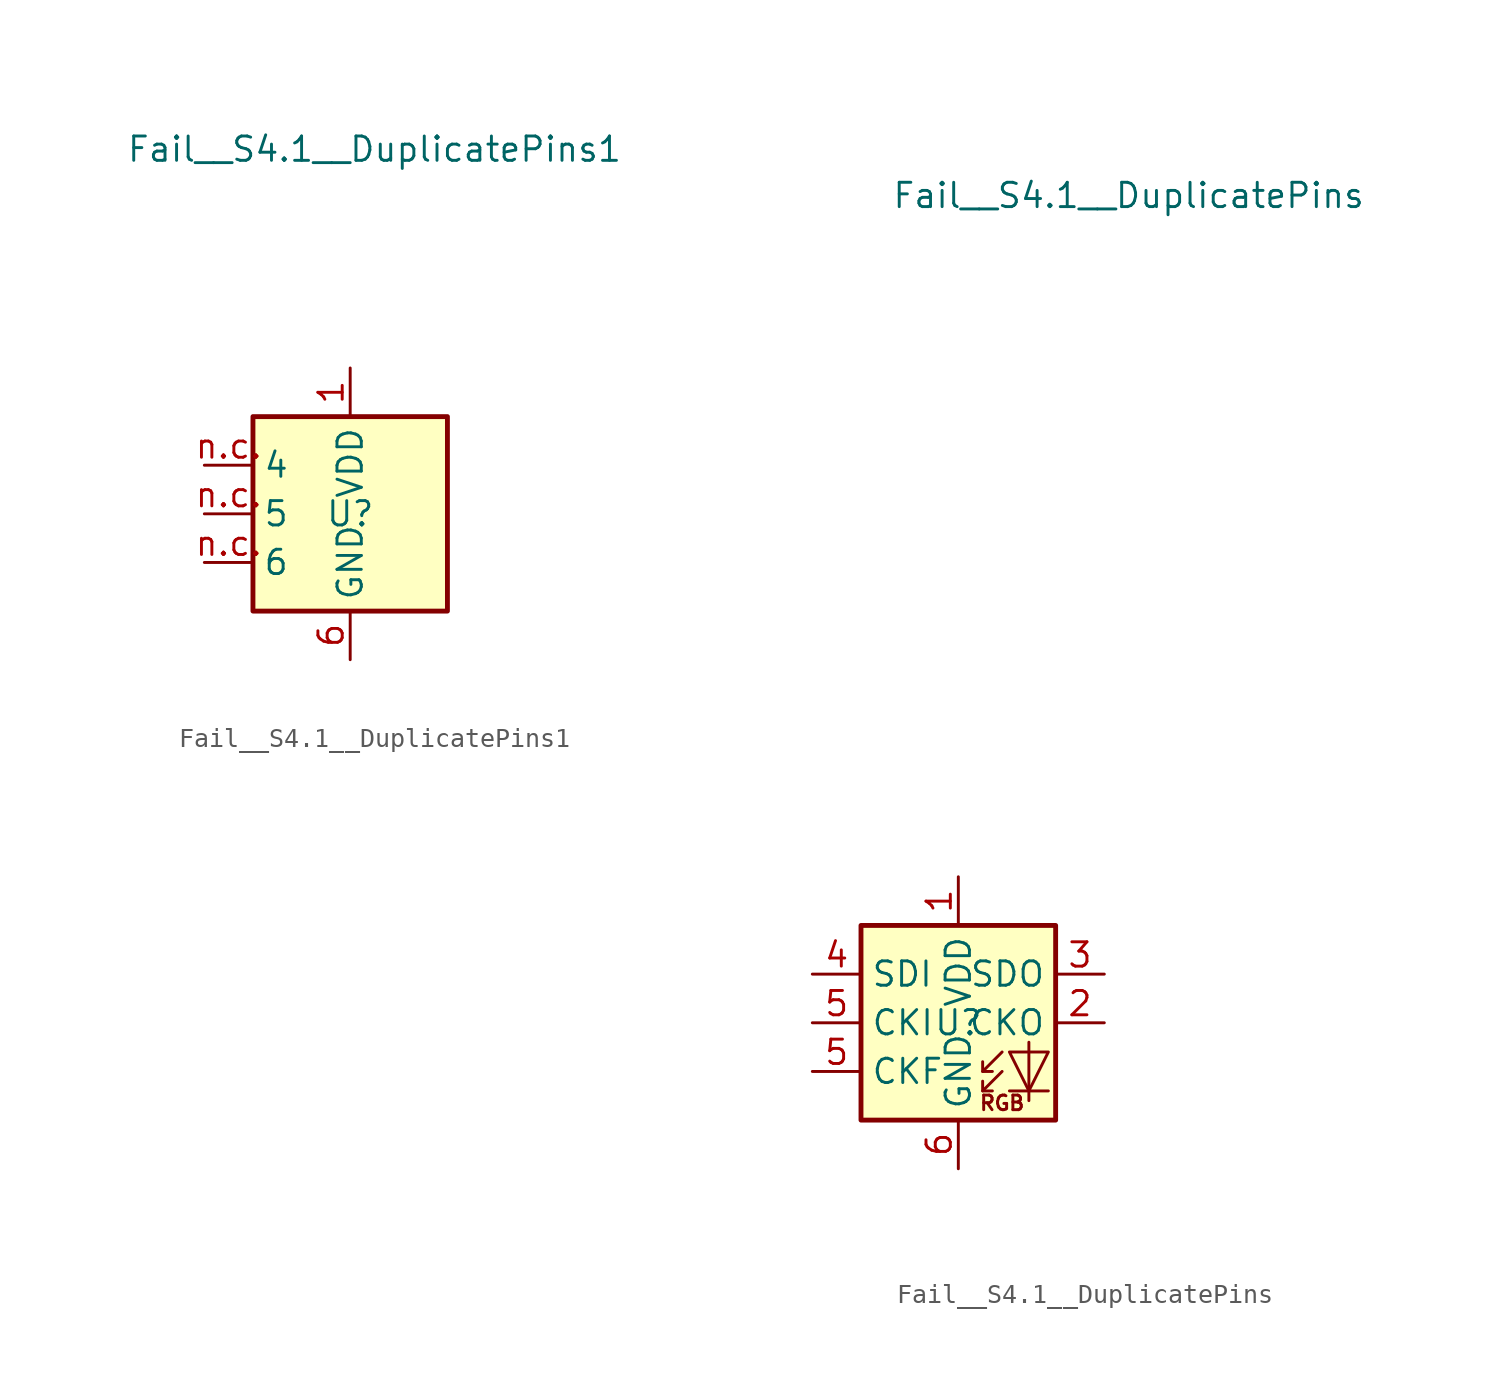
<source format=kicad_sym>
(kicad_symbol_lib
  (version 20231120)
  (generator "kicad_symbol_editor")
  (generator_version "8.0")
  (symbol "Fail__S4.1__DuplicatePins1"
    (property "Reference" "U"
      (at 0 0 0)
      (effects (font (size 1.27 1.27))))
    (property "Value" "Fail__S4.1__DuplicatePins1"
      (at 1.27 19.05 0)
      (effects (font (size 1.27 1.27))))
    (symbol "Fail__S4.1__DuplicatePins1_0_1"
      (rectangle (start 5.08 5.08) (end -5.08 -5.08) (stroke (width 0.254) (type default)) (fill (type background))))
    (symbol "Fail__S4.1__DuplicatePins1_1_1"
      (pin power_in line (at 0 7.62 270) (length 2.54) (name "VDD" (effects (font (size 1.27 1.27)))) (number "1" (effects (font (size 1.27 1.27)))))
      (pin power_in line (at 0 -7.62 90) (length 2.54) (name "GND" (effects (font (size 1.27 1.27)))) (number "6" (effects (font (size 1.27 1.27)))))
      (pin input line (at -7.62 2.54 0) (length 2.54) (name "4" (effects (font (size 1.27 1.27)))) (number "n.c." (effects (font (size 1.27 1.27)))))
      (pin input line (at -7.62 0 0) (length 2.54) (name "5" (effects (font (size 1.27 1.27)))) (number "n.c." (effects (font (size 1.27 1.27)))))
      (pin input line (at -7.62 -2.54 0) (length 2.54) (name "6" (effects (font (size 1.27 1.27)))) (number "n.c." (effects (font (size 1.27 1.27)))))))
  (symbol "Fail__S4.1__DuplicatePins"
    (property "Reference" "U"
      (at 0 0 0)
      (effects (font (size 1.27 1.27))))
    (property "Value" "Fail__S4.1__DuplicatePins"
      (at 8.89 43.18 0)
      (effects (font (size 1.27 1.27))))
    (symbol "Fail__S4.1__DuplicatePins_0_0"
      (text "RGB" (at 2.286 -4.191 0) (effects (font (size 0.762 0.762)))))
    (symbol "Fail__S4.1__DuplicatePins_0_1"
      (polyline (pts (xy 1.27 -3.556) (xy 1.778 -3.556)) (stroke (width 0) (type default)) (fill (type none)))
      (polyline (pts (xy 1.27 -2.54) (xy 1.778 -2.54)) (stroke (width 0) (type default)) (fill (type none)))
      (polyline (pts (xy 4.699 -3.556) (xy 2.667 -3.556)) (stroke (width 0) (type default)) (fill (type none)))
      (polyline (pts (xy 2.286 -2.54) (xy 1.27 -3.556) (xy 1.27 -3.048)) (stroke (width 0) (type default)) (fill (type none)))
      (polyline (pts (xy 2.286 -1.524) (xy 1.27 -2.54) (xy 1.27 -2.032)) (stroke (width 0) (type default)) (fill (type none)))
      (polyline (pts (xy 3.683 -1.016) (xy 3.683 -3.556) (xy 3.683 -4.064)) (stroke (width 0) (type default)) (fill (type none)))
      (polyline (pts (xy 4.699 -1.524) (xy 2.667 -1.524) (xy 3.683 -3.556) (xy 4.699 -1.524)) (stroke (width 0) (type default)) (fill (type none)))
      (rectangle (start 5.08 5.08) (end -5.08 -5.08) (stroke (width 0.254) (type default)) (fill (type background))))
    (symbol "Fail__S4.1__DuplicatePins_1_1"
      (pin power_in line (at 0 7.62 270) (length 2.54) (name "VDD" (effects (font (size 1.27 1.27)))) (number "1" (effects (font (size 1.27 1.27)))))
      (pin output line (at 7.62 0 180) (length 2.54) (name "CKO" (effects (font (size 1.27 1.27)))) (number "2" (effects (font (size 1.27 1.27)))))
      (pin output line (at 7.62 2.54 180) (length 2.54) (name "SDO" (effects (font (size 1.27 1.27)))) (number "3" (effects (font (size 1.27 1.27)))))
      (pin input line (at -7.62 2.54 0) (length 2.54) (name "SDI" (effects (font (size 1.27 1.27)))) (number "4" (effects (font (size 1.27 1.27)))))
      (pin input line (at -7.62 -2.54 0) (length 2.54) (name "CKF" (effects (font (size 1.27 1.27)))) (number "5" (effects (font (size 1.27 1.27)))))
      (pin input line (at -7.62 0 0) (length 2.54) (name "CKI" (effects (font (size 1.27 1.27)))) (number "5" (effects (font (size 1.27 1.27)))))
      (pin power_in line (at 0 -7.62 90) (length 2.54) (name "GND" (effects (font (size 1.27 1.27)))) (number "6" (effects (font (size 1.27 1.27))))))))
</source>
